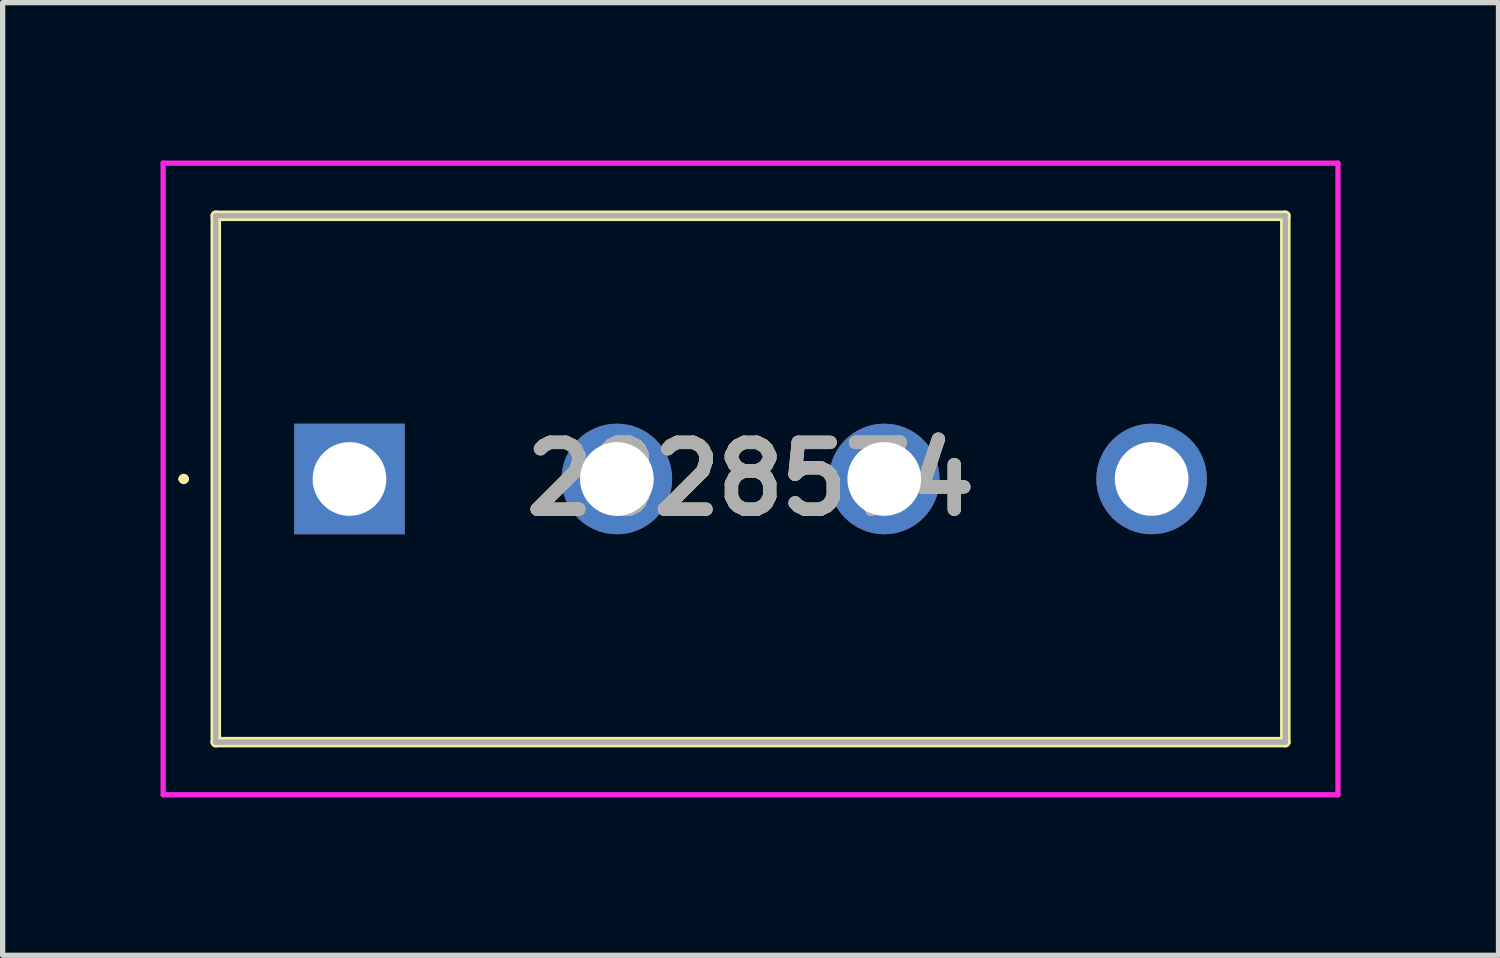
<source format=kicad_pcb>
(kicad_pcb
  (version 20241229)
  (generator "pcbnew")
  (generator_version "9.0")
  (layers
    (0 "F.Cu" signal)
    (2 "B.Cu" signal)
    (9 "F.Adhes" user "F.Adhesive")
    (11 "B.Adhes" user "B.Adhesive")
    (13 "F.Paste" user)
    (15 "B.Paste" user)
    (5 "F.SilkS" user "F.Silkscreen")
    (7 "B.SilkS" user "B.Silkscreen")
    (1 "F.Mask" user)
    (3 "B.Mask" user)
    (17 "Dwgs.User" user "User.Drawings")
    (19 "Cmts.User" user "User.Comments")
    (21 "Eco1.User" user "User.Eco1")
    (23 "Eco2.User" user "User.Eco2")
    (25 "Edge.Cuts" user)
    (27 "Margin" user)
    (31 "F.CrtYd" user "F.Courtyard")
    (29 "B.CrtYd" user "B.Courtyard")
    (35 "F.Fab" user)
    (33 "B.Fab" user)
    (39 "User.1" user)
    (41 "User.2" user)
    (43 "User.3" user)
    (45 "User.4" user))
  (footprint "2828574"
    (layer "F.Cu")
    (at 3.59 6.05)
    (property "Reference" "2828574" (at 7.62 0 0) (layer "F.SilkS") (effects (font (size 1.27 1.27) (thickness 0.254))))
    (attr through_hole)
    (fp_line (start -3.2 0) (end -3.2 0) (stroke (width 0.1) (type solid)) (layer "F.SilkS"))
    (fp_line (start -3.1 0) (end -3.1 0) (stroke (width 0.1) (type solid)) (layer "F.SilkS"))
    (fp_line (start -2.54 -5) (end 17.78 -5) (stroke (width 0.2) (type solid)) (layer "F.SilkS"))
    (fp_line (start -2.54 5) (end -2.54 -5) (stroke (width 0.2) (type solid)) (layer "F.SilkS"))
    (fp_line (start 17.78 -5) (end 17.78 5) (stroke (width 0.2) (type solid)) (layer "F.SilkS"))
    (fp_line (start 17.78 5) (end -2.54 5) (stroke (width 0.2) (type solid)) (layer "F.SilkS"))
    (fp_arc (start -3.2 0) (mid -3.15 -0.05) (end -3.1 0) (stroke (width 0.1) (type solid)) (layer "F.SilkS"))
    (fp_arc (start -3.1 0) (mid -3.15 0.05) (end -3.2 0) (stroke (width 0.1) (type solid)) (layer "F.SilkS"))
    (fp_line (start -3.54 -6) (end 18.78 -6) (stroke (width 0.1) (type solid)) (layer "F.CrtYd"))
    (fp_line (start -3.54 6) (end -3.54 -6) (stroke (width 0.1) (type solid)) (layer "F.CrtYd"))
    (fp_line (start 18.78 -6) (end 18.78 6) (stroke (width 0.1) (type solid)) (layer "F.CrtYd"))
    (fp_line (start 18.78 6) (end -3.54 6) (stroke (width 0.1) (type solid)) (layer "F.CrtYd"))
    (fp_line (start -2.54 -5) (end -2.54 5) (stroke (width 0.1) (type solid)) (layer "F.Fab"))
    (fp_line (start -2.54 5) (end 17.78 5) (stroke (width 0.1) (type solid)) (layer "F.Fab"))
    (fp_line (start 17.78 -5) (end -2.54 -5) (stroke (width 0.1) (type solid)) (layer "F.Fab"))
    (fp_line (start 17.78 5) (end 17.78 -5) (stroke (width 0.1) (type solid)) (layer "F.Fab"))
    (fp_text user "${REFERENCE}" (at 7.62 0 0) (layer "F.Fab") (effects (font (size 1.27 1.27) (thickness 0.254))))
    (pad "1" thru_hole rect (at 0 0) (size 2.1 2.1) (drill 1.4) (layers "*.Cu" "*.Mask"))
    (pad "2" thru_hole circle (at 5.08 0) (size 2.1 2.1) (drill 1.4) (layers "*.Cu" "*.Mask"))
    (pad "3" thru_hole circle (at 10.16 0) (size 2.1 2.1) (drill 1.4) (layers "*.Cu" "*.Mask"))
    (pad "4" thru_hole circle (at 15.24 0) (size 2.1 2.1) (drill 1.4) (layers "*.Cu" "*.Mask")))
  (gr_rect
    (start -3 -3)
    (end 25.42 15.1)
    (stroke (width 0.1) (type default))
    (fill no)
    (layer "Edge.Cuts")))
</source>
